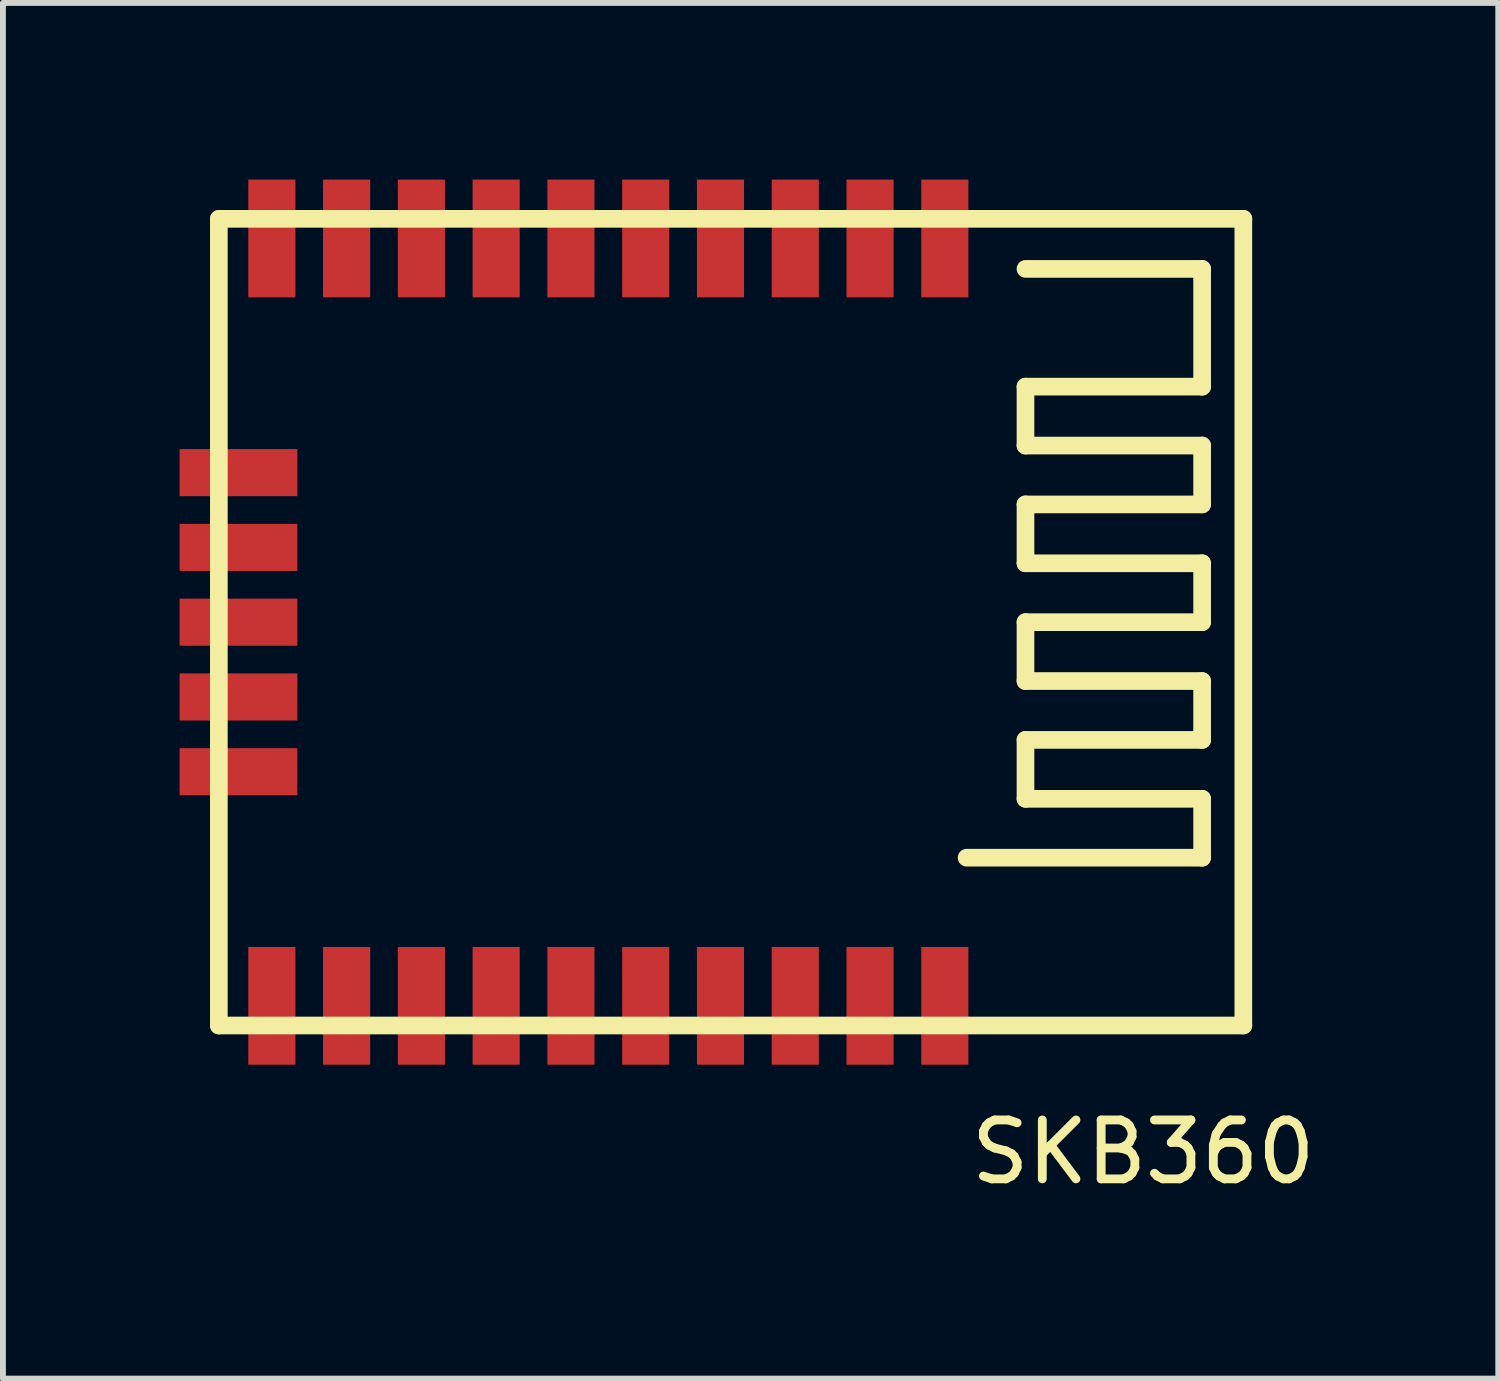
<source format=kicad_pcb>
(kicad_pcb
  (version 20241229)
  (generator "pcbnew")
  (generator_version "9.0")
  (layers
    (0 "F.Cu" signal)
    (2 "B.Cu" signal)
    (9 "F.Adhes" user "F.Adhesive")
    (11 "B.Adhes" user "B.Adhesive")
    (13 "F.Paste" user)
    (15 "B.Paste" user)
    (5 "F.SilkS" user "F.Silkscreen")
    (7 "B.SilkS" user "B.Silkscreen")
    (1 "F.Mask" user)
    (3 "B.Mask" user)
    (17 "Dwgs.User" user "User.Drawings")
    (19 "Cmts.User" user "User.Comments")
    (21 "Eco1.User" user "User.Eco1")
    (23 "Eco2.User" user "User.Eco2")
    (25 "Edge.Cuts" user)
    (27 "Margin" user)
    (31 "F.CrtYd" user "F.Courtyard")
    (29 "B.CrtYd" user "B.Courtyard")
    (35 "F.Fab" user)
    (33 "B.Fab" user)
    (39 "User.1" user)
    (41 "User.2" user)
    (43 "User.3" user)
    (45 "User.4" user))
  (footprint "SKB360"
    (layer "F.Cu")
    (at 9.367 7.517)
    (property "Reference" "SKB360" (at 7 9 0) (layer "F.SilkS") (effects (font (size 1 1) (thickness 0.15))))
    (attr through_hole)
    (fp_line (start -8.7 -6.85) (end 8.7 -6.85) (stroke (width 0.3) (type solid)) (layer "F.SilkS"))
    (fp_line (start -8.7 6.85) (end -8.7 -6.85) (stroke (width 0.3) (type solid)) (layer "F.SilkS"))
    (fp_line (start 4 4) (end 8 4) (stroke (width 0.3) (type solid)) (layer "F.SilkS"))
    (fp_line (start 5 -6) (end 8 -6) (stroke (width 0.3) (type solid)) (layer "F.SilkS"))
    (fp_line (start 5 -4) (end 8 -4) (stroke (width 0.3) (type solid)) (layer "F.SilkS"))
    (fp_line (start 5 -3) (end 5 -4) (stroke (width 0.3) (type solid)) (layer "F.SilkS"))
    (fp_line (start 5 -2) (end 8 -2) (stroke (width 0.3) (type solid)) (layer "F.SilkS"))
    (fp_line (start 5 -1) (end 5 -2) (stroke (width 0.3) (type solid)) (layer "F.SilkS"))
    (fp_line (start 5 0) (end 8 0) (stroke (width 0.3) (type solid)) (layer "F.SilkS"))
    (fp_line (start 5 1) (end 5 0) (stroke (width 0.3) (type solid)) (layer "F.SilkS"))
    (fp_line (start 5 2) (end 8 2) (stroke (width 0.3) (type solid)) (layer "F.SilkS"))
    (fp_line (start 5 3) (end 5 2) (stroke (width 0.3) (type solid)) (layer "F.SilkS"))
    (fp_line (start 8 -6) (end 8 -4) (stroke (width 0.3) (type solid)) (layer "F.SilkS"))
    (fp_line (start 8 -3) (end 5 -3) (stroke (width 0.3) (type solid)) (layer "F.SilkS"))
    (fp_line (start 8 -2) (end 8 -3) (stroke (width 0.3) (type solid)) (layer "F.SilkS"))
    (fp_line (start 8 -1) (end 5 -1) (stroke (width 0.3) (type solid)) (layer "F.SilkS"))
    (fp_line (start 8 0) (end 8 -1) (stroke (width 0.3) (type solid)) (layer "F.SilkS"))
    (fp_line (start 8 1) (end 5 1) (stroke (width 0.3) (type solid)) (layer "F.SilkS"))
    (fp_line (start 8 2) (end 8 1) (stroke (width 0.3) (type solid)) (layer "F.SilkS"))
    (fp_line (start 8 3) (end 5 3) (stroke (width 0.3) (type solid)) (layer "F.SilkS"))
    (fp_line (start 8 4) (end 8 3) (stroke (width 0.3) (type solid)) (layer "F.SilkS"))
    (fp_line (start 8.7 -6.85) (end 8.7 6.85) (stroke (width 0.3) (type solid)) (layer "F.SilkS"))
    (fp_line (start 8.7 6.85) (end -8.7 6.85) (stroke (width 0.3) (type solid)) (layer "F.SilkS"))
    (pad "1" smd rect (at 3.63 -6.517) (size 0.8 2) (layers "F.Cu" "F.Mask" "F.Paste"))
    (pad "2" smd rect (at 2.36 -6.517) (size 0.8 2) (layers "F.Cu" "F.Mask" "F.Paste"))
    (pad "3" smd rect (at 1.09 -6.517) (size 0.8 2) (layers "F.Cu" "F.Mask" "F.Paste"))
    (pad "4" smd rect (at -0.18 -6.517) (size 0.8 2) (layers "F.Cu" "F.Mask" "F.Paste"))
    (pad "5" smd rect (at -1.45 -6.517) (size 0.8 2) (layers "F.Cu" "F.Mask" "F.Paste"))
    (pad "6" smd rect (at -2.72 -6.517) (size 0.8 2) (layers "F.Cu" "F.Mask" "F.Paste"))
    (pad "7" smd rect (at -3.99 -6.517) (size 0.8 2) (layers "F.Cu" "F.Mask" "F.Paste"))
    (pad "8" smd rect (at -5.26 -6.517) (size 0.8 2) (layers "F.Cu" "F.Mask" "F.Paste"))
    (pad "9" smd rect (at -6.53 -6.517) (size 0.8 2) (layers "F.Cu" "F.Mask" "F.Paste"))
    (pad "10" smd rect (at -7.8 -6.517) (size 0.8 2) (layers "F.Cu" "F.Mask" "F.Paste"))
    (pad "11" smd rect (at -8.367 -2.54) (size 2 0.8) (layers "F.Cu" "F.Mask" "F.Paste"))
    (pad "12" smd rect (at -8.367 -1.27) (size 2 0.8) (layers "F.Cu" "F.Mask" "F.Paste"))
    (pad "13" smd rect (at -8.367 0) (size 2 0.8) (layers "F.Cu" "F.Mask" "F.Paste"))
    (pad "14" smd rect (at -8.367 1.27) (size 2 0.8) (layers "F.Cu" "F.Mask" "F.Paste"))
    (pad "15" smd rect (at -8.367 2.54) (size 2 0.8) (layers "F.Cu" "F.Mask" "F.Paste"))
    (pad "16" smd rect (at -7.8 6.516) (size 0.8 2) (layers "F.Cu" "F.Mask" "F.Paste"))
    (pad "17" smd rect (at -6.53 6.516) (size 0.8 2) (layers "F.Cu" "F.Mask" "F.Paste"))
    (pad "18" smd rect (at -5.26 6.516) (size 0.8 2) (layers "F.Cu" "F.Mask" "F.Paste"))
    (pad "19" smd rect (at -3.99 6.516) (size 0.8 2) (layers "F.Cu" "F.Mask" "F.Paste"))
    (pad "20" smd rect (at -2.72 6.516) (size 0.8 2) (layers "F.Cu" "F.Mask" "F.Paste"))
    (pad "21" smd rect (at -1.45 6.516) (size 0.8 2) (layers "F.Cu" "F.Mask" "F.Paste"))
    (pad "22" smd rect (at -0.18 6.516) (size 0.8 2) (layers "F.Cu" "F.Mask" "F.Paste"))
    (pad "23" smd rect (at 1.09 6.516) (size 0.8 2) (layers "F.Cu" "F.Mask" "F.Paste"))
    (pad "24" smd rect (at 2.36 6.516) (size 0.8 2) (layers "F.Cu" "F.Mask" "F.Paste"))
    (pad "25" smd rect (at 3.63 6.516) (size 0.8 2) (layers "F.Cu" "F.Mask" "F.Paste")))
  (gr_rect
    (start -3 -3)
    (end 22.397 20.365)
    (stroke (width 0.1) (type default))
    (fill no)
    (layer "Edge.Cuts")))
</source>
